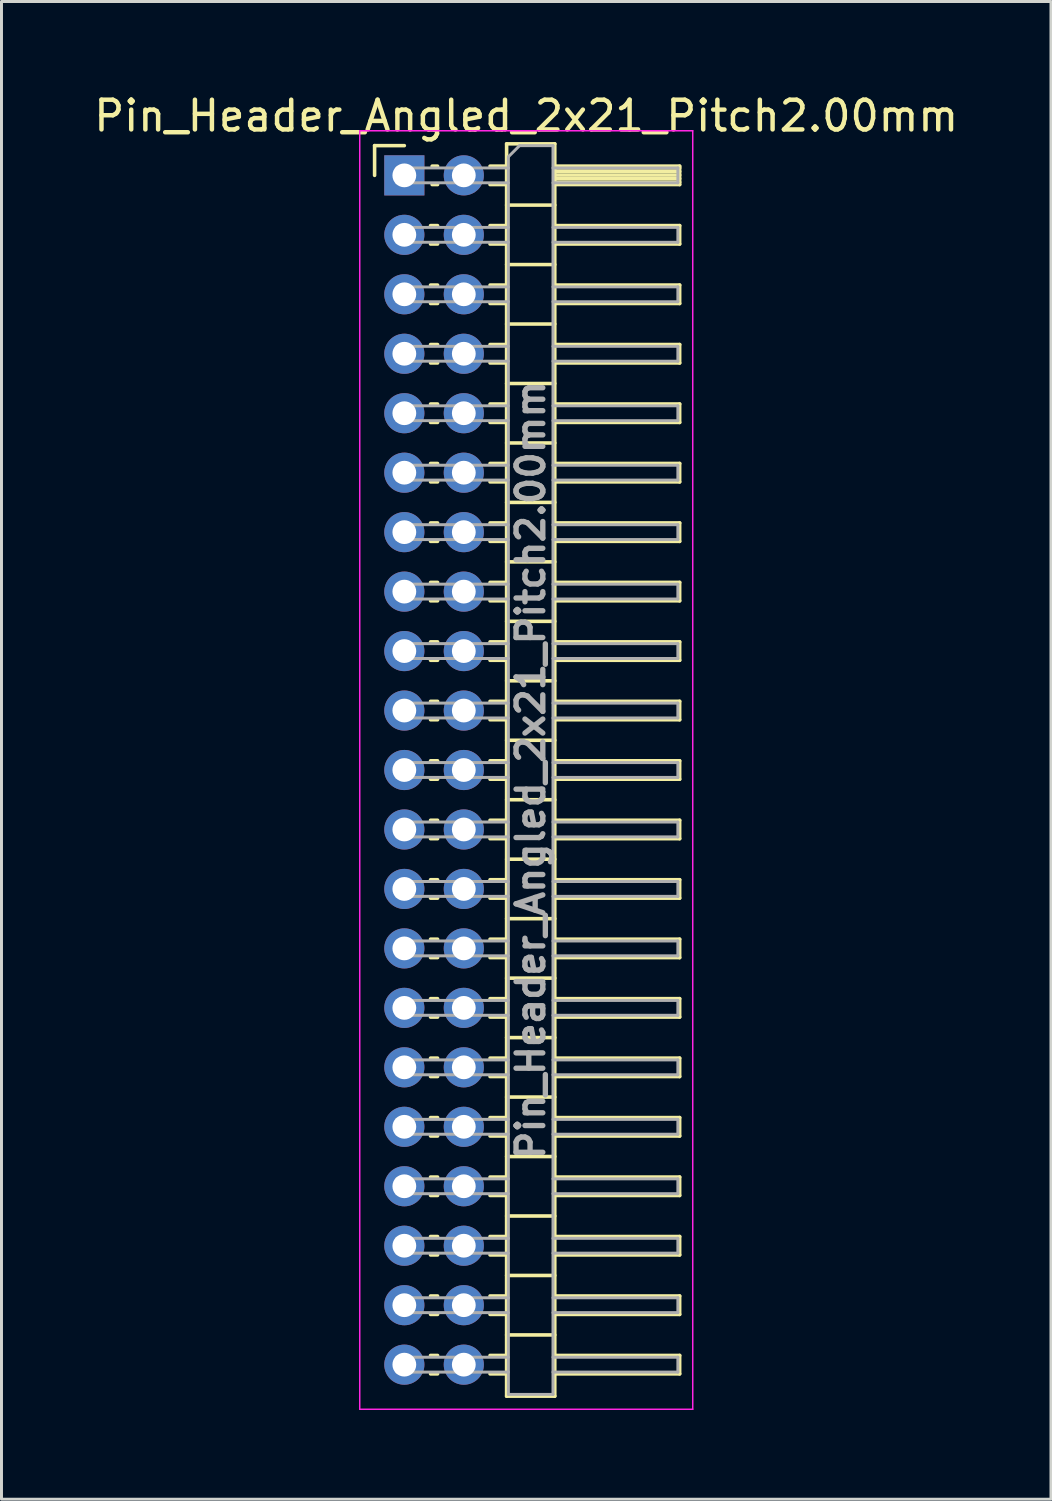
<source format=kicad_pcb>
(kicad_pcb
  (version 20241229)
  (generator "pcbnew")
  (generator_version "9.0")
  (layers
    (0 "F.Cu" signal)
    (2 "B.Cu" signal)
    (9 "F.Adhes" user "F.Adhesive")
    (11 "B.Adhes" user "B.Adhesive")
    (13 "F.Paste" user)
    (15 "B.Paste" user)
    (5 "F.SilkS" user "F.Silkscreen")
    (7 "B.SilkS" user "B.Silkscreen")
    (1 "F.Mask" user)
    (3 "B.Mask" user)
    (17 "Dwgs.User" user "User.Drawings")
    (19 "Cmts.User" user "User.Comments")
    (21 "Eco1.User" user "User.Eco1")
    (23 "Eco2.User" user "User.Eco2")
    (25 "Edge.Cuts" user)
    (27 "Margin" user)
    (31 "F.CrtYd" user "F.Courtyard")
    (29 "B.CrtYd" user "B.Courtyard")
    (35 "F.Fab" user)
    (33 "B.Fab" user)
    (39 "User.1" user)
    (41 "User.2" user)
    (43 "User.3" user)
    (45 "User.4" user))
  (footprint "Pin_Header_Angled_2x21_Pitch2.00mm"
    (layer "F.Cu")
    (at 10.549 2.848)
    (property "Reference" "Pin_Header_Angled_2x21_Pitch2.00mm" (at 4.1 -2 0) (layer "F.SilkS") (effects (font (size 1 1) (thickness 0.15))))
    (attr through_hole)
    (fp_line (start -1 -1) (end 0 -1) (stroke (width 0.12) (type solid)) (layer "F.SilkS"))
    (fp_line (start -1 0) (end -1 -1) (stroke (width 0.12) (type solid)) (layer "F.SilkS"))
    (fp_line (start 0.882 1.69) (end 1.118 1.69) (stroke (width 0.12) (type solid)) (layer "F.SilkS"))
    (fp_line (start 0.882 2.31) (end 1.118 2.31) (stroke (width 0.12) (type solid)) (layer "F.SilkS"))
    (fp_line (start 0.882 3.69) (end 1.118 3.69) (stroke (width 0.12) (type solid)) (layer "F.SilkS"))
    (fp_line (start 0.882 4.31) (end 1.118 4.31) (stroke (width 0.12) (type solid)) (layer "F.SilkS"))
    (fp_line (start 0.882 5.69) (end 1.118 5.69) (stroke (width 0.12) (type solid)) (layer "F.SilkS"))
    (fp_line (start 0.882 6.31) (end 1.118 6.31) (stroke (width 0.12) (type solid)) (layer "F.SilkS"))
    (fp_line (start 0.882 7.69) (end 1.118 7.69) (stroke (width 0.12) (type solid)) (layer "F.SilkS"))
    (fp_line (start 0.882 8.31) (end 1.118 8.31) (stroke (width 0.12) (type solid)) (layer "F.SilkS"))
    (fp_line (start 0.882 9.69) (end 1.118 9.69) (stroke (width 0.12) (type solid)) (layer "F.SilkS"))
    (fp_line (start 0.882 10.31) (end 1.118 10.31) (stroke (width 0.12) (type solid)) (layer "F.SilkS"))
    (fp_line (start 0.882 11.69) (end 1.118 11.69) (stroke (width 0.12) (type solid)) (layer "F.SilkS"))
    (fp_line (start 0.882 12.31) (end 1.118 12.31) (stroke (width 0.12) (type solid)) (layer "F.SilkS"))
    (fp_line (start 0.882 13.69) (end 1.118 13.69) (stroke (width 0.12) (type solid)) (layer "F.SilkS"))
    (fp_line (start 0.882 14.31) (end 1.118 14.31) (stroke (width 0.12) (type solid)) (layer "F.SilkS"))
    (fp_line (start 0.882 15.69) (end 1.118 15.69) (stroke (width 0.12) (type solid)) (layer "F.SilkS"))
    (fp_line (start 0.882 16.31) (end 1.118 16.31) (stroke (width 0.12) (type solid)) (layer "F.SilkS"))
    (fp_line (start 0.882 17.69) (end 1.118 17.69) (stroke (width 0.12) (type solid)) (layer "F.SilkS"))
    (fp_line (start 0.882 18.31) (end 1.118 18.31) (stroke (width 0.12) (type solid)) (layer "F.SilkS"))
    (fp_line (start 0.882 19.69) (end 1.118 19.69) (stroke (width 0.12) (type solid)) (layer "F.SilkS"))
    (fp_line (start 0.882 20.31) (end 1.118 20.31) (stroke (width 0.12) (type solid)) (layer "F.SilkS"))
    (fp_line (start 0.882 21.69) (end 1.118 21.69) (stroke (width 0.12) (type solid)) (layer "F.SilkS"))
    (fp_line (start 0.882 22.31) (end 1.118 22.31) (stroke (width 0.12) (type solid)) (layer "F.SilkS"))
    (fp_line (start 0.882 23.69) (end 1.118 23.69) (stroke (width 0.12) (type solid)) (layer "F.SilkS"))
    (fp_line (start 0.882 24.31) (end 1.118 24.31) (stroke (width 0.12) (type solid)) (layer "F.SilkS"))
    (fp_line (start 0.882 25.69) (end 1.118 25.69) (stroke (width 0.12) (type solid)) (layer "F.SilkS"))
    (fp_line (start 0.882 26.31) (end 1.118 26.31) (stroke (width 0.12) (type solid)) (layer "F.SilkS"))
    (fp_line (start 0.882 27.69) (end 1.118 27.69) (stroke (width 0.12) (type solid)) (layer "F.SilkS"))
    (fp_line (start 0.882 28.31) (end 1.118 28.31) (stroke (width 0.12) (type solid)) (layer "F.SilkS"))
    (fp_line (start 0.882 29.69) (end 1.118 29.69) (stroke (width 0.12) (type solid)) (layer "F.SilkS"))
    (fp_line (start 0.882 30.31) (end 1.118 30.31) (stroke (width 0.12) (type solid)) (layer "F.SilkS"))
    (fp_line (start 0.882 31.69) (end 1.118 31.69) (stroke (width 0.12) (type solid)) (layer "F.SilkS"))
    (fp_line (start 0.882 32.31) (end 1.118 32.31) (stroke (width 0.12) (type solid)) (layer "F.SilkS"))
    (fp_line (start 0.882 33.69) (end 1.118 33.69) (stroke (width 0.12) (type solid)) (layer "F.SilkS"))
    (fp_line (start 0.882 34.31) (end 1.118 34.31) (stroke (width 0.12) (type solid)) (layer "F.SilkS"))
    (fp_line (start 0.882 35.69) (end 1.118 35.69) (stroke (width 0.12) (type solid)) (layer "F.SilkS"))
    (fp_line (start 0.882 36.31) (end 1.118 36.31) (stroke (width 0.12) (type solid)) (layer "F.SilkS"))
    (fp_line (start 0.882 37.69) (end 1.118 37.69) (stroke (width 0.12) (type solid)) (layer "F.SilkS"))
    (fp_line (start 0.882 38.31) (end 1.118 38.31) (stroke (width 0.12) (type solid)) (layer "F.SilkS"))
    (fp_line (start 0.882 39.69) (end 1.118 39.69) (stroke (width 0.12) (type solid)) (layer "F.SilkS"))
    (fp_line (start 0.882 40.31) (end 1.118 40.31) (stroke (width 0.12) (type solid)) (layer "F.SilkS"))
    (fp_line (start 0.935 -0.31) (end 1.118 -0.31) (stroke (width 0.12) (type solid)) (layer "F.SilkS"))
    (fp_line (start 0.935 0.31) (end 1.118 0.31) (stroke (width 0.12) (type solid)) (layer "F.SilkS"))
    (fp_line (start 2.882 -0.31) (end 3.44 -0.31) (stroke (width 0.12) (type solid)) (layer "F.SilkS"))
    (fp_line (start 2.882 0.31) (end 3.44 0.31) (stroke (width 0.12) (type solid)) (layer "F.SilkS"))
    (fp_line (start 2.882 1.69) (end 3.44 1.69) (stroke (width 0.12) (type solid)) (layer "F.SilkS"))
    (fp_line (start 2.882 2.31) (end 3.44 2.31) (stroke (width 0.12) (type solid)) (layer "F.SilkS"))
    (fp_line (start 2.882 3.69) (end 3.44 3.69) (stroke (width 0.12) (type solid)) (layer "F.SilkS"))
    (fp_line (start 2.882 4.31) (end 3.44 4.31) (stroke (width 0.12) (type solid)) (layer "F.SilkS"))
    (fp_line (start 2.882 5.69) (end 3.44 5.69) (stroke (width 0.12) (type solid)) (layer "F.SilkS"))
    (fp_line (start 2.882 6.31) (end 3.44 6.31) (stroke (width 0.12) (type solid)) (layer "F.SilkS"))
    (fp_line (start 2.882 7.69) (end 3.44 7.69) (stroke (width 0.12) (type solid)) (layer "F.SilkS"))
    (fp_line (start 2.882 8.31) (end 3.44 8.31) (stroke (width 0.12) (type solid)) (layer "F.SilkS"))
    (fp_line (start 2.882 9.69) (end 3.44 9.69) (stroke (width 0.12) (type solid)) (layer "F.SilkS"))
    (fp_line (start 2.882 10.31) (end 3.44 10.31) (stroke (width 0.12) (type solid)) (layer "F.SilkS"))
    (fp_line (start 2.882 11.69) (end 3.44 11.69) (stroke (width 0.12) (type solid)) (layer "F.SilkS"))
    (fp_line (start 2.882 12.31) (end 3.44 12.31) (stroke (width 0.12) (type solid)) (layer "F.SilkS"))
    (fp_line (start 2.882 13.69) (end 3.44 13.69) (stroke (width 0.12) (type solid)) (layer "F.SilkS"))
    (fp_line (start 2.882 14.31) (end 3.44 14.31) (stroke (width 0.12) (type solid)) (layer "F.SilkS"))
    (fp_line (start 2.882 15.69) (end 3.44 15.69) (stroke (width 0.12) (type solid)) (layer "F.SilkS"))
    (fp_line (start 2.882 16.31) (end 3.44 16.31) (stroke (width 0.12) (type solid)) (layer "F.SilkS"))
    (fp_line (start 2.882 17.69) (end 3.44 17.69) (stroke (width 0.12) (type solid)) (layer "F.SilkS"))
    (fp_line (start 2.882 18.31) (end 3.44 18.31) (stroke (width 0.12) (type solid)) (layer "F.SilkS"))
    (fp_line (start 2.882 19.69) (end 3.44 19.69) (stroke (width 0.12) (type solid)) (layer "F.SilkS"))
    (fp_line (start 2.882 20.31) (end 3.44 20.31) (stroke (width 0.12) (type solid)) (layer "F.SilkS"))
    (fp_line (start 2.882 21.69) (end 3.44 21.69) (stroke (width 0.12) (type solid)) (layer "F.SilkS"))
    (fp_line (start 2.882 22.31) (end 3.44 22.31) (stroke (width 0.12) (type solid)) (layer "F.SilkS"))
    (fp_line (start 2.882 23.69) (end 3.44 23.69) (stroke (width 0.12) (type solid)) (layer "F.SilkS"))
    (fp_line (start 2.882 24.31) (end 3.44 24.31) (stroke (width 0.12) (type solid)) (layer "F.SilkS"))
    (fp_line (start 2.882 25.69) (end 3.44 25.69) (stroke (width 0.12) (type solid)) (layer "F.SilkS"))
    (fp_line (start 2.882 26.31) (end 3.44 26.31) (stroke (width 0.12) (type solid)) (layer "F.SilkS"))
    (fp_line (start 2.882 27.69) (end 3.44 27.69) (stroke (width 0.12) (type solid)) (layer "F.SilkS"))
    (fp_line (start 2.882 28.31) (end 3.44 28.31) (stroke (width 0.12) (type solid)) (layer "F.SilkS"))
    (fp_line (start 2.882 29.69) (end 3.44 29.69) (stroke (width 0.12) (type solid)) (layer "F.SilkS"))
    (fp_line (start 2.882 30.31) (end 3.44 30.31) (stroke (width 0.12) (type solid)) (layer "F.SilkS"))
    (fp_line (start 2.882 31.69) (end 3.44 31.69) (stroke (width 0.12) (type solid)) (layer "F.SilkS"))
    (fp_line (start 2.882 32.31) (end 3.44 32.31) (stroke (width 0.12) (type solid)) (layer "F.SilkS"))
    (fp_line (start 2.882 33.69) (end 3.44 33.69) (stroke (width 0.12) (type solid)) (layer "F.SilkS"))
    (fp_line (start 2.882 34.31) (end 3.44 34.31) (stroke (width 0.12) (type solid)) (layer "F.SilkS"))
    (fp_line (start 2.882 35.69) (end 3.44 35.69) (stroke (width 0.12) (type solid)) (layer "F.SilkS"))
    (fp_line (start 2.882 36.31) (end 3.44 36.31) (stroke (width 0.12) (type solid)) (layer "F.SilkS"))
    (fp_line (start 2.882 37.69) (end 3.44 37.69) (stroke (width 0.12) (type solid)) (layer "F.SilkS"))
    (fp_line (start 2.882 38.31) (end 3.44 38.31) (stroke (width 0.12) (type solid)) (layer "F.SilkS"))
    (fp_line (start 2.882 39.69) (end 3.44 39.69) (stroke (width 0.12) (type solid)) (layer "F.SilkS"))
    (fp_line (start 2.882 40.31) (end 3.44 40.31) (stroke (width 0.12) (type solid)) (layer "F.SilkS"))
    (fp_line (start 3.44 -1.06) (end 3.44 41.06) (stroke (width 0.12) (type solid)) (layer "F.SilkS"))
    (fp_line (start 3.44 1) (end 5.06 1) (stroke (width 0.12) (type solid)) (layer "F.SilkS"))
    (fp_line (start 3.44 3) (end 5.06 3) (stroke (width 0.12) (type solid)) (layer "F.SilkS"))
    (fp_line (start 3.44 5) (end 5.06 5) (stroke (width 0.12) (type solid)) (layer "F.SilkS"))
    (fp_line (start 3.44 7) (end 5.06 7) (stroke (width 0.12) (type solid)) (layer "F.SilkS"))
    (fp_line (start 3.44 9) (end 5.06 9) (stroke (width 0.12) (type solid)) (layer "F.SilkS"))
    (fp_line (start 3.44 11) (end 5.06 11) (stroke (width 0.12) (type solid)) (layer "F.SilkS"))
    (fp_line (start 3.44 13) (end 5.06 13) (stroke (width 0.12) (type solid)) (layer "F.SilkS"))
    (fp_line (start 3.44 15) (end 5.06 15) (stroke (width 0.12) (type solid)) (layer "F.SilkS"))
    (fp_line (start 3.44 17) (end 5.06 17) (stroke (width 0.12) (type solid)) (layer "F.SilkS"))
    (fp_line (start 3.44 19) (end 5.06 19) (stroke (width 0.12) (type solid)) (layer "F.SilkS"))
    (fp_line (start 3.44 21) (end 5.06 21) (stroke (width 0.12) (type solid)) (layer "F.SilkS"))
    (fp_line (start 3.44 23) (end 5.06 23) (stroke (width 0.12) (type solid)) (layer "F.SilkS"))
    (fp_line (start 3.44 25) (end 5.06 25) (stroke (width 0.12) (type solid)) (layer "F.SilkS"))
    (fp_line (start 3.44 27) (end 5.06 27) (stroke (width 0.12) (type solid)) (layer "F.SilkS"))
    (fp_line (start 3.44 29) (end 5.06 29) (stroke (width 0.12) (type solid)) (layer "F.SilkS"))
    (fp_line (start 3.44 31) (end 5.06 31) (stroke (width 0.12) (type solid)) (layer "F.SilkS"))
    (fp_line (start 3.44 33) (end 5.06 33) (stroke (width 0.12) (type solid)) (layer "F.SilkS"))
    (fp_line (start 3.44 35) (end 5.06 35) (stroke (width 0.12) (type solid)) (layer "F.SilkS"))
    (fp_line (start 3.44 37) (end 5.06 37) (stroke (width 0.12) (type solid)) (layer "F.SilkS"))
    (fp_line (start 3.44 39) (end 5.06 39) (stroke (width 0.12) (type solid)) (layer "F.SilkS"))
    (fp_line (start 3.44 41.06) (end 5.06 41.06) (stroke (width 0.12) (type solid)) (layer "F.SilkS"))
    (fp_line (start 5.06 -1.06) (end 3.44 -1.06) (stroke (width 0.12) (type solid)) (layer "F.SilkS"))
    (fp_line (start 5.06 -0.31) (end 9.26 -0.31) (stroke (width 0.12) (type solid)) (layer "F.SilkS"))
    (fp_line (start 5.06 -0.25) (end 9.26 -0.25) (stroke (width 0.12) (type solid)) (layer "F.SilkS"))
    (fp_line (start 5.06 -0.13) (end 9.26 -0.13) (stroke (width 0.12) (type solid)) (layer "F.SilkS"))
    (fp_line (start 5.06 -0.01) (end 9.26 -0.01) (stroke (width 0.12) (type solid)) (layer "F.SilkS"))
    (fp_line (start 5.06 0.11) (end 9.26 0.11) (stroke (width 0.12) (type solid)) (layer "F.SilkS"))
    (fp_line (start 5.06 0.23) (end 9.26 0.23) (stroke (width 0.12) (type solid)) (layer "F.SilkS"))
    (fp_line (start 5.06 1.69) (end 9.26 1.69) (stroke (width 0.12) (type solid)) (layer "F.SilkS"))
    (fp_line (start 5.06 3.69) (end 9.26 3.69) (stroke (width 0.12) (type solid)) (layer "F.SilkS"))
    (fp_line (start 5.06 5.69) (end 9.26 5.69) (stroke (width 0.12) (type solid)) (layer "F.SilkS"))
    (fp_line (start 5.06 7.69) (end 9.26 7.69) (stroke (width 0.12) (type solid)) (layer "F.SilkS"))
    (fp_line (start 5.06 9.69) (end 9.26 9.69) (stroke (width 0.12) (type solid)) (layer "F.SilkS"))
    (fp_line (start 5.06 11.69) (end 9.26 11.69) (stroke (width 0.12) (type solid)) (layer "F.SilkS"))
    (fp_line (start 5.06 13.69) (end 9.26 13.69) (stroke (width 0.12) (type solid)) (layer "F.SilkS"))
    (fp_line (start 5.06 15.69) (end 9.26 15.69) (stroke (width 0.12) (type solid)) (layer "F.SilkS"))
    (fp_line (start 5.06 17.69) (end 9.26 17.69) (stroke (width 0.12) (type solid)) (layer "F.SilkS"))
    (fp_line (start 5.06 19.69) (end 9.26 19.69) (stroke (width 0.12) (type solid)) (layer "F.SilkS"))
    (fp_line (start 5.06 21.69) (end 9.26 21.69) (stroke (width 0.12) (type solid)) (layer "F.SilkS"))
    (fp_line (start 5.06 23.69) (end 9.26 23.69) (stroke (width 0.12) (type solid)) (layer "F.SilkS"))
    (fp_line (start 5.06 25.69) (end 9.26 25.69) (stroke (width 0.12) (type solid)) (layer "F.SilkS"))
    (fp_line (start 5.06 27.69) (end 9.26 27.69) (stroke (width 0.12) (type solid)) (layer "F.SilkS"))
    (fp_line (start 5.06 29.69) (end 9.26 29.69) (stroke (width 0.12) (type solid)) (layer "F.SilkS"))
    (fp_line (start 5.06 31.69) (end 9.26 31.69) (stroke (width 0.12) (type solid)) (layer "F.SilkS"))
    (fp_line (start 5.06 33.69) (end 9.26 33.69) (stroke (width 0.12) (type solid)) (layer "F.SilkS"))
    (fp_line (start 5.06 35.69) (end 9.26 35.69) (stroke (width 0.12) (type solid)) (layer "F.SilkS"))
    (fp_line (start 5.06 37.69) (end 9.26 37.69) (stroke (width 0.12) (type solid)) (layer "F.SilkS"))
    (fp_line (start 5.06 39.69) (end 9.26 39.69) (stroke (width 0.12) (type solid)) (layer "F.SilkS"))
    (fp_line (start 5.06 41.06) (end 5.06 -1.06) (stroke (width 0.12) (type solid)) (layer "F.SilkS"))
    (fp_line (start 9.26 -0.31) (end 9.26 0.31) (stroke (width 0.12) (type solid)) (layer "F.SilkS"))
    (fp_line (start 9.26 0.31) (end 5.06 0.31) (stroke (width 0.12) (type solid)) (layer "F.SilkS"))
    (fp_line (start 9.26 1.69) (end 9.26 2.31) (stroke (width 0.12) (type solid)) (layer "F.SilkS"))
    (fp_line (start 9.26 2.31) (end 5.06 2.31) (stroke (width 0.12) (type solid)) (layer "F.SilkS"))
    (fp_line (start 9.26 3.69) (end 9.26 4.31) (stroke (width 0.12) (type solid)) (layer "F.SilkS"))
    (fp_line (start 9.26 4.31) (end 5.06 4.31) (stroke (width 0.12) (type solid)) (layer "F.SilkS"))
    (fp_line (start 9.26 5.69) (end 9.26 6.31) (stroke (width 0.12) (type solid)) (layer "F.SilkS"))
    (fp_line (start 9.26 6.31) (end 5.06 6.31) (stroke (width 0.12) (type solid)) (layer "F.SilkS"))
    (fp_line (start 9.26 7.69) (end 9.26 8.31) (stroke (width 0.12) (type solid)) (layer "F.SilkS"))
    (fp_line (start 9.26 8.31) (end 5.06 8.31) (stroke (width 0.12) (type solid)) (layer "F.SilkS"))
    (fp_line (start 9.26 9.69) (end 9.26 10.31) (stroke (width 0.12) (type solid)) (layer "F.SilkS"))
    (fp_line (start 9.26 10.31) (end 5.06 10.31) (stroke (width 0.12) (type solid)) (layer "F.SilkS"))
    (fp_line (start 9.26 11.69) (end 9.26 12.31) (stroke (width 0.12) (type solid)) (layer "F.SilkS"))
    (fp_line (start 9.26 12.31) (end 5.06 12.31) (stroke (width 0.12) (type solid)) (layer "F.SilkS"))
    (fp_line (start 9.26 13.69) (end 9.26 14.31) (stroke (width 0.12) (type solid)) (layer "F.SilkS"))
    (fp_line (start 9.26 14.31) (end 5.06 14.31) (stroke (width 0.12) (type solid)) (layer "F.SilkS"))
    (fp_line (start 9.26 15.69) (end 9.26 16.31) (stroke (width 0.12) (type solid)) (layer "F.SilkS"))
    (fp_line (start 9.26 16.31) (end 5.06 16.31) (stroke (width 0.12) (type solid)) (layer "F.SilkS"))
    (fp_line (start 9.26 17.69) (end 9.26 18.31) (stroke (width 0.12) (type solid)) (layer "F.SilkS"))
    (fp_line (start 9.26 18.31) (end 5.06 18.31) (stroke (width 0.12) (type solid)) (layer "F.SilkS"))
    (fp_line (start 9.26 19.69) (end 9.26 20.31) (stroke (width 0.12) (type solid)) (layer "F.SilkS"))
    (fp_line (start 9.26 20.31) (end 5.06 20.31) (stroke (width 0.12) (type solid)) (layer "F.SilkS"))
    (fp_line (start 9.26 21.69) (end 9.26 22.31) (stroke (width 0.12) (type solid)) (layer "F.SilkS"))
    (fp_line (start 9.26 22.31) (end 5.06 22.31) (stroke (width 0.12) (type solid)) (layer "F.SilkS"))
    (fp_line (start 9.26 23.69) (end 9.26 24.31) (stroke (width 0.12) (type solid)) (layer "F.SilkS"))
    (fp_line (start 9.26 24.31) (end 5.06 24.31) (stroke (width 0.12) (type solid)) (layer "F.SilkS"))
    (fp_line (start 9.26 25.69) (end 9.26 26.31) (stroke (width 0.12) (type solid)) (layer "F.SilkS"))
    (fp_line (start 9.26 26.31) (end 5.06 26.31) (stroke (width 0.12) (type solid)) (layer "F.SilkS"))
    (fp_line (start 9.26 27.69) (end 9.26 28.31) (stroke (width 0.12) (type solid)) (layer "F.SilkS"))
    (fp_line (start 9.26 28.31) (end 5.06 28.31) (stroke (width 0.12) (type solid)) (layer "F.SilkS"))
    (fp_line (start 9.26 29.69) (end 9.26 30.31) (stroke (width 0.12) (type solid)) (layer "F.SilkS"))
    (fp_line (start 9.26 30.31) (end 5.06 30.31) (stroke (width 0.12) (type solid)) (layer "F.SilkS"))
    (fp_line (start 9.26 31.69) (end 9.26 32.31) (stroke (width 0.12) (type solid)) (layer "F.SilkS"))
    (fp_line (start 9.26 32.31) (end 5.06 32.31) (stroke (width 0.12) (type solid)) (layer "F.SilkS"))
    (fp_line (start 9.26 33.69) (end 9.26 34.31) (stroke (width 0.12) (type solid)) (layer "F.SilkS"))
    (fp_line (start 9.26 34.31) (end 5.06 34.31) (stroke (width 0.12) (type solid)) (layer "F.SilkS"))
    (fp_line (start 9.26 35.69) (end 9.26 36.31) (stroke (width 0.12) (type solid)) (layer "F.SilkS"))
    (fp_line (start 9.26 36.31) (end 5.06 36.31) (stroke (width 0.12) (type solid)) (layer "F.SilkS"))
    (fp_line (start 9.26 37.69) (end 9.26 38.31) (stroke (width 0.12) (type solid)) (layer "F.SilkS"))
    (fp_line (start 9.26 38.31) (end 5.06 38.31) (stroke (width 0.12) (type solid)) (layer "F.SilkS"))
    (fp_line (start 9.26 39.69) (end 9.26 40.31) (stroke (width 0.12) (type solid)) (layer "F.SilkS"))
    (fp_line (start 9.26 40.31) (end 5.06 40.31) (stroke (width 0.12) (type solid)) (layer "F.SilkS"))
    (fp_line (start -1.5 -1.5) (end -1.5 41.5) (stroke (width 0.05) (type solid)) (layer "F.CrtYd"))
    (fp_line (start -1.5 41.5) (end 9.7 41.5) (stroke (width 0.05) (type solid)) (layer "F.CrtYd"))
    (fp_line (start 9.7 -1.5) (end -1.5 -1.5) (stroke (width 0.05) (type solid)) (layer "F.CrtYd"))
    (fp_line (start 9.7 41.5) (end 9.7 -1.5) (stroke (width 0.05) (type solid)) (layer "F.CrtYd"))
    (fp_line (start -0.25 -0.25) (end -0.25 0.25) (stroke (width 0.1) (type solid)) (layer "F.Fab"))
    (fp_line (start -0.25 -0.25) (end 3.5 -0.25) (stroke (width 0.1) (type solid)) (layer "F.Fab"))
    (fp_line (start -0.25 0.25) (end 3.5 0.25) (stroke (width 0.1) (type solid)) (layer "F.Fab"))
    (fp_line (start -0.25 1.75) (end -0.25 2.25) (stroke (width 0.1) (type solid)) (layer "F.Fab"))
    (fp_line (start -0.25 1.75) (end 3.5 1.75) (stroke (width 0.1) (type solid)) (layer "F.Fab"))
    (fp_line (start -0.25 2.25) (end 3.5 2.25) (stroke (width 0.1) (type solid)) (layer "F.Fab"))
    (fp_line (start -0.25 3.75) (end -0.25 4.25) (stroke (width 0.1) (type solid)) (layer "F.Fab"))
    (fp_line (start -0.25 3.75) (end 3.5 3.75) (stroke (width 0.1) (type solid)) (layer "F.Fab"))
    (fp_line (start -0.25 4.25) (end 3.5 4.25) (stroke (width 0.1) (type solid)) (layer "F.Fab"))
    (fp_line (start -0.25 5.75) (end -0.25 6.25) (stroke (width 0.1) (type solid)) (layer "F.Fab"))
    (fp_line (start -0.25 5.75) (end 3.5 5.75) (stroke (width 0.1) (type solid)) (layer "F.Fab"))
    (fp_line (start -0.25 6.25) (end 3.5 6.25) (stroke (width 0.1) (type solid)) (layer "F.Fab"))
    (fp_line (start -0.25 7.75) (end -0.25 8.25) (stroke (width 0.1) (type solid)) (layer "F.Fab"))
    (fp_line (start -0.25 7.75) (end 3.5 7.75) (stroke (width 0.1) (type solid)) (layer "F.Fab"))
    (fp_line (start -0.25 8.25) (end 3.5 8.25) (stroke (width 0.1) (type solid)) (layer "F.Fab"))
    (fp_line (start -0.25 9.75) (end -0.25 10.25) (stroke (width 0.1) (type solid)) (layer "F.Fab"))
    (fp_line (start -0.25 9.75) (end 3.5 9.75) (stroke (width 0.1) (type solid)) (layer "F.Fab"))
    (fp_line (start -0.25 10.25) (end 3.5 10.25) (stroke (width 0.1) (type solid)) (layer "F.Fab"))
    (fp_line (start -0.25 11.75) (end -0.25 12.25) (stroke (width 0.1) (type solid)) (layer "F.Fab"))
    (fp_line (start -0.25 11.75) (end 3.5 11.75) (stroke (width 0.1) (type solid)) (layer "F.Fab"))
    (fp_line (start -0.25 12.25) (end 3.5 12.25) (stroke (width 0.1) (type solid)) (layer "F.Fab"))
    (fp_line (start -0.25 13.75) (end -0.25 14.25) (stroke (width 0.1) (type solid)) (layer "F.Fab"))
    (fp_line (start -0.25 13.75) (end 3.5 13.75) (stroke (width 0.1) (type solid)) (layer "F.Fab"))
    (fp_line (start -0.25 14.25) (end 3.5 14.25) (stroke (width 0.1) (type solid)) (layer "F.Fab"))
    (fp_line (start -0.25 15.75) (end -0.25 16.25) (stroke (width 0.1) (type solid)) (layer "F.Fab"))
    (fp_line (start -0.25 15.75) (end 3.5 15.75) (stroke (width 0.1) (type solid)) (layer "F.Fab"))
    (fp_line (start -0.25 16.25) (end 3.5 16.25) (stroke (width 0.1) (type solid)) (layer "F.Fab"))
    (fp_line (start -0.25 17.75) (end -0.25 18.25) (stroke (width 0.1) (type solid)) (layer "F.Fab"))
    (fp_line (start -0.25 17.75) (end 3.5 17.75) (stroke (width 0.1) (type solid)) (layer "F.Fab"))
    (fp_line (start -0.25 18.25) (end 3.5 18.25) (stroke (width 0.1) (type solid)) (layer "F.Fab"))
    (fp_line (start -0.25 19.75) (end -0.25 20.25) (stroke (width 0.1) (type solid)) (layer "F.Fab"))
    (fp_line (start -0.25 19.75) (end 3.5 19.75) (stroke (width 0.1) (type solid)) (layer "F.Fab"))
    (fp_line (start -0.25 20.25) (end 3.5 20.25) (stroke (width 0.1) (type solid)) (layer "F.Fab"))
    (fp_line (start -0.25 21.75) (end -0.25 22.25) (stroke (width 0.1) (type solid)) (layer "F.Fab"))
    (fp_line (start -0.25 21.75) (end 3.5 21.75) (stroke (width 0.1) (type solid)) (layer "F.Fab"))
    (fp_line (start -0.25 22.25) (end 3.5 22.25) (stroke (width 0.1) (type solid)) (layer "F.Fab"))
    (fp_line (start -0.25 23.75) (end -0.25 24.25) (stroke (width 0.1) (type solid)) (layer "F.Fab"))
    (fp_line (start -0.25 23.75) (end 3.5 23.75) (stroke (width 0.1) (type solid)) (layer "F.Fab"))
    (fp_line (start -0.25 24.25) (end 3.5 24.25) (stroke (width 0.1) (type solid)) (layer "F.Fab"))
    (fp_line (start -0.25 25.75) (end -0.25 26.25) (stroke (width 0.1) (type solid)) (layer "F.Fab"))
    (fp_line (start -0.25 25.75) (end 3.5 25.75) (stroke (width 0.1) (type solid)) (layer "F.Fab"))
    (fp_line (start -0.25 26.25) (end 3.5 26.25) (stroke (width 0.1) (type solid)) (layer "F.Fab"))
    (fp_line (start -0.25 27.75) (end -0.25 28.25) (stroke (width 0.1) (type solid)) (layer "F.Fab"))
    (fp_line (start -0.25 27.75) (end 3.5 27.75) (stroke (width 0.1) (type solid)) (layer "F.Fab"))
    (fp_line (start -0.25 28.25) (end 3.5 28.25) (stroke (width 0.1) (type solid)) (layer "F.Fab"))
    (fp_line (start -0.25 29.75) (end -0.25 30.25) (stroke (width 0.1) (type solid)) (layer "F.Fab"))
    (fp_line (start -0.25 29.75) (end 3.5 29.75) (stroke (width 0.1) (type solid)) (layer "F.Fab"))
    (fp_line (start -0.25 30.25) (end 3.5 30.25) (stroke (width 0.1) (type solid)) (layer "F.Fab"))
    (fp_line (start -0.25 31.75) (end -0.25 32.25) (stroke (width 0.1) (type solid)) (layer "F.Fab"))
    (fp_line (start -0.25 31.75) (end 3.5 31.75) (stroke (width 0.1) (type solid)) (layer "F.Fab"))
    (fp_line (start -0.25 32.25) (end 3.5 32.25) (stroke (width 0.1) (type solid)) (layer "F.Fab"))
    (fp_line (start -0.25 33.75) (end -0.25 34.25) (stroke (width 0.1) (type solid)) (layer "F.Fab"))
    (fp_line (start -0.25 33.75) (end 3.5 33.75) (stroke (width 0.1) (type solid)) (layer "F.Fab"))
    (fp_line (start -0.25 34.25) (end 3.5 34.25) (stroke (width 0.1) (type solid)) (layer "F.Fab"))
    (fp_line (start -0.25 35.75) (end -0.25 36.25) (stroke (width 0.1) (type solid)) (layer "F.Fab"))
    (fp_line (start -0.25 35.75) (end 3.5 35.75) (stroke (width 0.1) (type solid)) (layer "F.Fab"))
    (fp_line (start -0.25 36.25) (end 3.5 36.25) (stroke (width 0.1) (type solid)) (layer "F.Fab"))
    (fp_line (start -0.25 37.75) (end -0.25 38.25) (stroke (width 0.1) (type solid)) (layer "F.Fab"))
    (fp_line (start -0.25 37.75) (end 3.5 37.75) (stroke (width 0.1) (type solid)) (layer "F.Fab"))
    (fp_line (start -0.25 38.25) (end 3.5 38.25) (stroke (width 0.1) (type solid)) (layer "F.Fab"))
    (fp_line (start -0.25 39.75) (end -0.25 40.25) (stroke (width 0.1) (type solid)) (layer "F.Fab"))
    (fp_line (start -0.25 39.75) (end 3.5 39.75) (stroke (width 0.1) (type solid)) (layer "F.Fab"))
    (fp_line (start -0.25 40.25) (end 3.5 40.25) (stroke (width 0.1) (type solid)) (layer "F.Fab"))
    (fp_line (start 3.5 -0.625) (end 3.875 -1) (stroke (width 0.1) (type solid)) (layer "F.Fab"))
    (fp_line (start 3.5 41) (end 3.5 -0.625) (stroke (width 0.1) (type solid)) (layer "F.Fab"))
    (fp_line (start 3.875 -1) (end 5 -1) (stroke (width 0.1) (type solid)) (layer "F.Fab"))
    (fp_line (start 5 -1) (end 5 41) (stroke (width 0.1) (type solid)) (layer "F.Fab"))
    (fp_line (start 5 -0.25) (end 9.2 -0.25) (stroke (width 0.1) (type solid)) (layer "F.Fab"))
    (fp_line (start 5 0.25) (end 9.2 0.25) (stroke (width 0.1) (type solid)) (layer "F.Fab"))
    (fp_line (start 5 1.75) (end 9.2 1.75) (stroke (width 0.1) (type solid)) (layer "F.Fab"))
    (fp_line (start 5 2.25) (end 9.2 2.25) (stroke (width 0.1) (type solid)) (layer "F.Fab"))
    (fp_line (start 5 3.75) (end 9.2 3.75) (stroke (width 0.1) (type solid)) (layer "F.Fab"))
    (fp_line (start 5 4.25) (end 9.2 4.25) (stroke (width 0.1) (type solid)) (layer "F.Fab"))
    (fp_line (start 5 5.75) (end 9.2 5.75) (stroke (width 0.1) (type solid)) (layer "F.Fab"))
    (fp_line (start 5 6.25) (end 9.2 6.25) (stroke (width 0.1) (type solid)) (layer "F.Fab"))
    (fp_line (start 5 7.75) (end 9.2 7.75) (stroke (width 0.1) (type solid)) (layer "F.Fab"))
    (fp_line (start 5 8.25) (end 9.2 8.25) (stroke (width 0.1) (type solid)) (layer "F.Fab"))
    (fp_line (start 5 9.75) (end 9.2 9.75) (stroke (width 0.1) (type solid)) (layer "F.Fab"))
    (fp_line (start 5 10.25) (end 9.2 10.25) (stroke (width 0.1) (type solid)) (layer "F.Fab"))
    (fp_line (start 5 11.75) (end 9.2 11.75) (stroke (width 0.1) (type solid)) (layer "F.Fab"))
    (fp_line (start 5 12.25) (end 9.2 12.25) (stroke (width 0.1) (type solid)) (layer "F.Fab"))
    (fp_line (start 5 13.75) (end 9.2 13.75) (stroke (width 0.1) (type solid)) (layer "F.Fab"))
    (fp_line (start 5 14.25) (end 9.2 14.25) (stroke (width 0.1) (type solid)) (layer "F.Fab"))
    (fp_line (start 5 15.75) (end 9.2 15.75) (stroke (width 0.1) (type solid)) (layer "F.Fab"))
    (fp_line (start 5 16.25) (end 9.2 16.25) (stroke (width 0.1) (type solid)) (layer "F.Fab"))
    (fp_line (start 5 17.75) (end 9.2 17.75) (stroke (width 0.1) (type solid)) (layer "F.Fab"))
    (fp_line (start 5 18.25) (end 9.2 18.25) (stroke (width 0.1) (type solid)) (layer "F.Fab"))
    (fp_line (start 5 19.75) (end 9.2 19.75) (stroke (width 0.1) (type solid)) (layer "F.Fab"))
    (fp_line (start 5 20.25) (end 9.2 20.25) (stroke (width 0.1) (type solid)) (layer "F.Fab"))
    (fp_line (start 5 21.75) (end 9.2 21.75) (stroke (width 0.1) (type solid)) (layer "F.Fab"))
    (fp_line (start 5 22.25) (end 9.2 22.25) (stroke (width 0.1) (type solid)) (layer "F.Fab"))
    (fp_line (start 5 23.75) (end 9.2 23.75) (stroke (width 0.1) (type solid)) (layer "F.Fab"))
    (fp_line (start 5 24.25) (end 9.2 24.25) (stroke (width 0.1) (type solid)) (layer "F.Fab"))
    (fp_line (start 5 25.75) (end 9.2 25.75) (stroke (width 0.1) (type solid)) (layer "F.Fab"))
    (fp_line (start 5 26.25) (end 9.2 26.25) (stroke (width 0.1) (type solid)) (layer "F.Fab"))
    (fp_line (start 5 27.75) (end 9.2 27.75) (stroke (width 0.1) (type solid)) (layer "F.Fab"))
    (fp_line (start 5 28.25) (end 9.2 28.25) (stroke (width 0.1) (type solid)) (layer "F.Fab"))
    (fp_line (start 5 29.75) (end 9.2 29.75) (stroke (width 0.1) (type solid)) (layer "F.Fab"))
    (fp_line (start 5 30.25) (end 9.2 30.25) (stroke (width 0.1) (type solid)) (layer "F.Fab"))
    (fp_line (start 5 31.75) (end 9.2 31.75) (stroke (width 0.1) (type solid)) (layer "F.Fab"))
    (fp_line (start 5 32.25) (end 9.2 32.25) (stroke (width 0.1) (type solid)) (layer "F.Fab"))
    (fp_line (start 5 33.75) (end 9.2 33.75) (stroke (width 0.1) (type solid)) (layer "F.Fab"))
    (fp_line (start 5 34.25) (end 9.2 34.25) (stroke (width 0.1) (type solid)) (layer "F.Fab"))
    (fp_line (start 5 35.75) (end 9.2 35.75) (stroke (width 0.1) (type solid)) (layer "F.Fab"))
    (fp_line (start 5 36.25) (end 9.2 36.25) (stroke (width 0.1) (type solid)) (layer "F.Fab"))
    (fp_line (start 5 37.75) (end 9.2 37.75) (stroke (width 0.1) (type solid)) (layer "F.Fab"))
    (fp_line (start 5 38.25) (end 9.2 38.25) (stroke (width 0.1) (type solid)) (layer "F.Fab"))
    (fp_line (start 5 39.75) (end 9.2 39.75) (stroke (width 0.1) (type solid)) (layer "F.Fab"))
    (fp_line (start 5 40.25) (end 9.2 40.25) (stroke (width 0.1) (type solid)) (layer "F.Fab"))
    (fp_line (start 5 41) (end 3.5 41) (stroke (width 0.1) (type solid)) (layer "F.Fab"))
    (fp_line (start 9.2 -0.25) (end 9.2 0.25) (stroke (width 0.1) (type solid)) (layer "F.Fab"))
    (fp_line (start 9.2 1.75) (end 9.2 2.25) (stroke (width 0.1) (type solid)) (layer "F.Fab"))
    (fp_line (start 9.2 3.75) (end 9.2 4.25) (stroke (width 0.1) (type solid)) (layer "F.Fab"))
    (fp_line (start 9.2 5.75) (end 9.2 6.25) (stroke (width 0.1) (type solid)) (layer "F.Fab"))
    (fp_line (start 9.2 7.75) (end 9.2 8.25) (stroke (width 0.1) (type solid)) (layer "F.Fab"))
    (fp_line (start 9.2 9.75) (end 9.2 10.25) (stroke (width 0.1) (type solid)) (layer "F.Fab"))
    (fp_line (start 9.2 11.75) (end 9.2 12.25) (stroke (width 0.1) (type solid)) (layer "F.Fab"))
    (fp_line (start 9.2 13.75) (end 9.2 14.25) (stroke (width 0.1) (type solid)) (layer "F.Fab"))
    (fp_line (start 9.2 15.75) (end 9.2 16.25) (stroke (width 0.1) (type solid)) (layer "F.Fab"))
    (fp_line (start 9.2 17.75) (end 9.2 18.25) (stroke (width 0.1) (type solid)) (layer "F.Fab"))
    (fp_line (start 9.2 19.75) (end 9.2 20.25) (stroke (width 0.1) (type solid)) (layer "F.Fab"))
    (fp_line (start 9.2 21.75) (end 9.2 22.25) (stroke (width 0.1) (type solid)) (layer "F.Fab"))
    (fp_line (start 9.2 23.75) (end 9.2 24.25) (stroke (width 0.1) (type solid)) (layer "F.Fab"))
    (fp_line (start 9.2 25.75) (end 9.2 26.25) (stroke (width 0.1) (type solid)) (layer "F.Fab"))
    (fp_line (start 9.2 27.75) (end 9.2 28.25) (stroke (width 0.1) (type solid)) (layer "F.Fab"))
    (fp_line (start 9.2 29.75) (end 9.2 30.25) (stroke (width 0.1) (type solid)) (layer "F.Fab"))
    (fp_line (start 9.2 31.75) (end 9.2 32.25) (stroke (width 0.1) (type solid)) (layer "F.Fab"))
    (fp_line (start 9.2 33.75) (end 9.2 34.25) (stroke (width 0.1) (type solid)) (layer "F.Fab"))
    (fp_line (start 9.2 35.75) (end 9.2 36.25) (stroke (width 0.1) (type solid)) (layer "F.Fab"))
    (fp_line (start 9.2 37.75) (end 9.2 38.25) (stroke (width 0.1) (type solid)) (layer "F.Fab"))
    (fp_line (start 9.2 39.75) (end 9.2 40.25) (stroke (width 0.1) (type solid)) (layer "F.Fab"))
    (fp_text user "${REFERENCE}" (at 4.25 20 90) (layer "F.Fab") (effects (font (size 0.9 0.9) (thickness 0.18))))
    (pad "1" thru_hole rect (at 0 0) (size 1.35 1.35) (drill 0.8) (layers "*.Cu" "*.Mask"))
    (pad "2" thru_hole oval (at 2 0) (size 1.35 1.35) (drill 0.8) (layers "*.Cu" "*.Mask"))
    (pad "3" thru_hole oval (at 0 2) (size 1.35 1.35) (drill 0.8) (layers "*.Cu" "*.Mask"))
    (pad "4" thru_hole oval (at 2 2) (size 1.35 1.35) (drill 0.8) (layers "*.Cu" "*.Mask"))
    (pad "5" thru_hole oval (at 0 4) (size 1.35 1.35) (drill 0.8) (layers "*.Cu" "*.Mask"))
    (pad "6" thru_hole oval (at 2 4) (size 1.35 1.35) (drill 0.8) (layers "*.Cu" "*.Mask"))
    (pad "7" thru_hole oval (at 0 6) (size 1.35 1.35) (drill 0.8) (layers "*.Cu" "*.Mask"))
    (pad "8" thru_hole oval (at 2 6) (size 1.35 1.35) (drill 0.8) (layers "*.Cu" "*.Mask"))
    (pad "9" thru_hole oval (at 0 8) (size 1.35 1.35) (drill 0.8) (layers "*.Cu" "*.Mask"))
    (pad "10" thru_hole oval (at 2 8) (size 1.35 1.35) (drill 0.8) (layers "*.Cu" "*.Mask"))
    (pad "11" thru_hole oval (at 0 10) (size 1.35 1.35) (drill 0.8) (layers "*.Cu" "*.Mask"))
    (pad "12" thru_hole oval (at 2 10) (size 1.35 1.35) (drill 0.8) (layers "*.Cu" "*.Mask"))
    (pad "13" thru_hole oval (at 0 12) (size 1.35 1.35) (drill 0.8) (layers "*.Cu" "*.Mask"))
    (pad "14" thru_hole oval (at 2 12) (size 1.35 1.35) (drill 0.8) (layers "*.Cu" "*.Mask"))
    (pad "15" thru_hole oval (at 0 14) (size 1.35 1.35) (drill 0.8) (layers "*.Cu" "*.Mask"))
    (pad "16" thru_hole oval (at 2 14) (size 1.35 1.35) (drill 0.8) (layers "*.Cu" "*.Mask"))
    (pad "17" thru_hole oval (at 0 16) (size 1.35 1.35) (drill 0.8) (layers "*.Cu" "*.Mask"))
    (pad "18" thru_hole oval (at 2 16) (size 1.35 1.35) (drill 0.8) (layers "*.Cu" "*.Mask"))
    (pad "19" thru_hole oval (at 0 18) (size 1.35 1.35) (drill 0.8) (layers "*.Cu" "*.Mask"))
    (pad "20" thru_hole oval (at 2 18) (size 1.35 1.35) (drill 0.8) (layers "*.Cu" "*.Mask"))
    (pad "21" thru_hole oval (at 0 20) (size 1.35 1.35) (drill 0.8) (layers "*.Cu" "*.Mask"))
    (pad "22" thru_hole oval (at 2 20) (size 1.35 1.35) (drill 0.8) (layers "*.Cu" "*.Mask"))
    (pad "23" thru_hole oval (at 0 22) (size 1.35 1.35) (drill 0.8) (layers "*.Cu" "*.Mask"))
    (pad "24" thru_hole oval (at 2 22) (size 1.35 1.35) (drill 0.8) (layers "*.Cu" "*.Mask"))
    (pad "25" thru_hole oval (at 0 24) (size 1.35 1.35) (drill 0.8) (layers "*.Cu" "*.Mask"))
    (pad "26" thru_hole oval (at 2 24) (size 1.35 1.35) (drill 0.8) (layers "*.Cu" "*.Mask"))
    (pad "27" thru_hole oval (at 0 26) (size 1.35 1.35) (drill 0.8) (layers "*.Cu" "*.Mask"))
    (pad "28" thru_hole oval (at 2 26) (size 1.35 1.35) (drill 0.8) (layers "*.Cu" "*.Mask"))
    (pad "29" thru_hole oval (at 0 28) (size 1.35 1.35) (drill 0.8) (layers "*.Cu" "*.Mask"))
    (pad "30" thru_hole oval (at 2 28) (size 1.35 1.35) (drill 0.8) (layers "*.Cu" "*.Mask"))
    (pad "31" thru_hole oval (at 0 30) (size 1.35 1.35) (drill 0.8) (layers "*.Cu" "*.Mask"))
    (pad "32" thru_hole oval (at 2 30) (size 1.35 1.35) (drill 0.8) (layers "*.Cu" "*.Mask"))
    (pad "33" thru_hole oval (at 0 32) (size 1.35 1.35) (drill 0.8) (layers "*.Cu" "*.Mask"))
    (pad "34" thru_hole oval (at 2 32) (size 1.35 1.35) (drill 0.8) (layers "*.Cu" "*.Mask"))
    (pad "35" thru_hole oval (at 0 34) (size 1.35 1.35) (drill 0.8) (layers "*.Cu" "*.Mask"))
    (pad "36" thru_hole oval (at 2 34) (size 1.35 1.35) (drill 0.8) (layers "*.Cu" "*.Mask"))
    (pad "37" thru_hole oval (at 0 36) (size 1.35 1.35) (drill 0.8) (layers "*.Cu" "*.Mask"))
    (pad "38" thru_hole oval (at 2 36) (size 1.35 1.35) (drill 0.8) (layers "*.Cu" "*.Mask"))
    (pad "39" thru_hole oval (at 0 38) (size 1.35 1.35) (drill 0.8) (layers "*.Cu" "*.Mask"))
    (pad "40" thru_hole oval (at 2 38) (size 1.35 1.35) (drill 0.8) (layers "*.Cu" "*.Mask"))
    (pad "41" thru_hole oval (at 0 40) (size 1.35 1.35) (drill 0.8) (layers "*.Cu" "*.Mask"))
    (pad "42" thru_hole oval (at 2 40) (size 1.35 1.35) (drill 0.8) (layers "*.Cu" "*.Mask")))
  (gr_rect
    (start -3 -3)
    (end 32.298 47.373)
    (stroke (width 0.1) (type default))
    (fill no)
    (layer "Edge.Cuts")))
</source>
